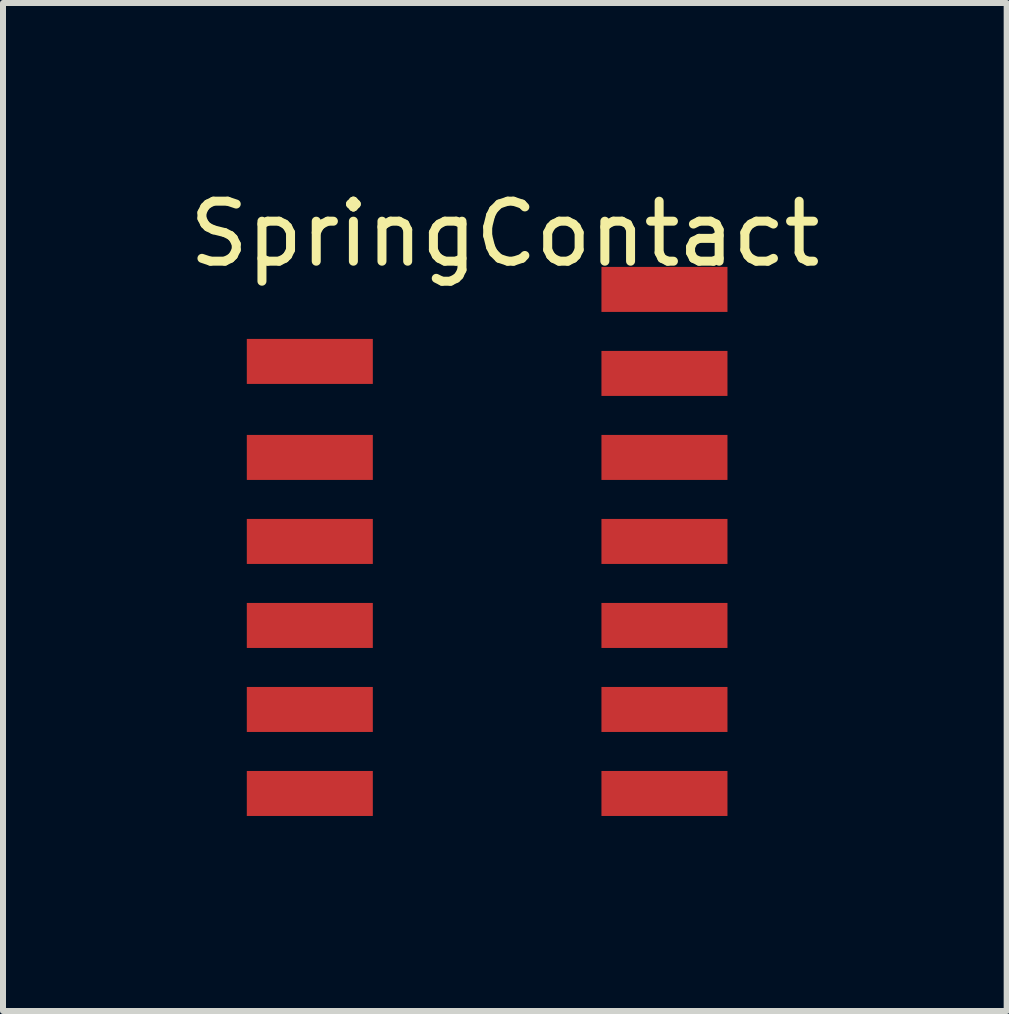
<source format=kicad_pcb>
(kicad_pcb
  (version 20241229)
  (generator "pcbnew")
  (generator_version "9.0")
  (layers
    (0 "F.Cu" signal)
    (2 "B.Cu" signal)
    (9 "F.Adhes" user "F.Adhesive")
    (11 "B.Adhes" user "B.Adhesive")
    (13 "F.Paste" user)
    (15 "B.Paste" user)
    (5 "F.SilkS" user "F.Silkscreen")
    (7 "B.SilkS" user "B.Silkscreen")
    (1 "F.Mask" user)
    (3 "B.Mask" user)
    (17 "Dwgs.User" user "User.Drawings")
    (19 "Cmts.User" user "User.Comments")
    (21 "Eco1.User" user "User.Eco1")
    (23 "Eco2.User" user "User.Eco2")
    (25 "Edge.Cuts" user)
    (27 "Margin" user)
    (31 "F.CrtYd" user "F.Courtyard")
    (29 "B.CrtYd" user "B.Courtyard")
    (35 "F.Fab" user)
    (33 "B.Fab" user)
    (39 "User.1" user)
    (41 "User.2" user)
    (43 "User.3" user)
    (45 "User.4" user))
  (footprint "SpringContact"
    (layer "F.Cu")
    (at 3.163 10.548)
    (property "Reference" "SpringContact" (at 2.2 -9.7 0) (layer "F.SilkS") (effects (font (size 1 1) (thickness 0.15))))
    (attr through_hole)
    (pad "1" smd rect (at -1.05 -5.975) (size 2.1 0.75) (layers "F.Cu" "F.Mask" "F.Paste"))
    (pad "2" smd rect (at -1.05 -4.575) (size 2.1 0.75) (layers "F.Cu" "F.Mask" "F.Paste"))
    (pad "3" smd rect (at -1.05 -3.175) (size 2.1 0.75) (layers "F.Cu" "F.Mask" "F.Paste"))
    (pad "4" smd rect (at -1.05 -1.775) (size 2.1 0.75) (layers "F.Cu" "F.Mask" "F.Paste"))
    (pad "5" smd rect (at -1.05 -0.375) (size 2.1 0.75) (layers "F.Cu" "F.Mask" "F.Paste"))
    (pad "6" smd rect (at 4.86 -0.375) (size 2.1 0.75) (layers "F.Cu" "F.Mask" "F.Paste"))
    (pad "7" smd rect (at 4.86 -1.775) (size 2.1 0.75) (layers "F.Cu" "F.Mask" "F.Paste"))
    (pad "8" smd rect (at 4.86 -3.175) (size 2.1 0.75) (layers "F.Cu" "F.Mask" "F.Paste"))
    (pad "9" smd rect (at 4.86 -4.575) (size 2.1 0.75) (layers "F.Cu" "F.Mask" "F.Paste"))
    (pad "10" smd rect (at 4.86 -5.975) (size 2.1 0.75) (layers "F.Cu" "F.Mask" "F.Paste"))
    (pad "11" smd rect (at 4.86 -7.375) (size 2.1 0.75) (layers "F.Cu" "F.Mask" "F.Paste"))
    (pad "12" smd rect (at 4.86 -8.775) (size 2.1 0.75) (layers "F.Cu" "F.Mask" "F.Paste"))
    (pad "13" smd rect (at -1.05 -7.575) (size 2.1 0.75) (layers "F.Cu" "F.Mask" "F.Paste")))
  (gr_rect
    (start -3 -3)
    (end 13.726 13.798)
    (stroke (width 0.1) (type default))
    (fill no)
    (layer "Edge.Cuts")))
</source>
